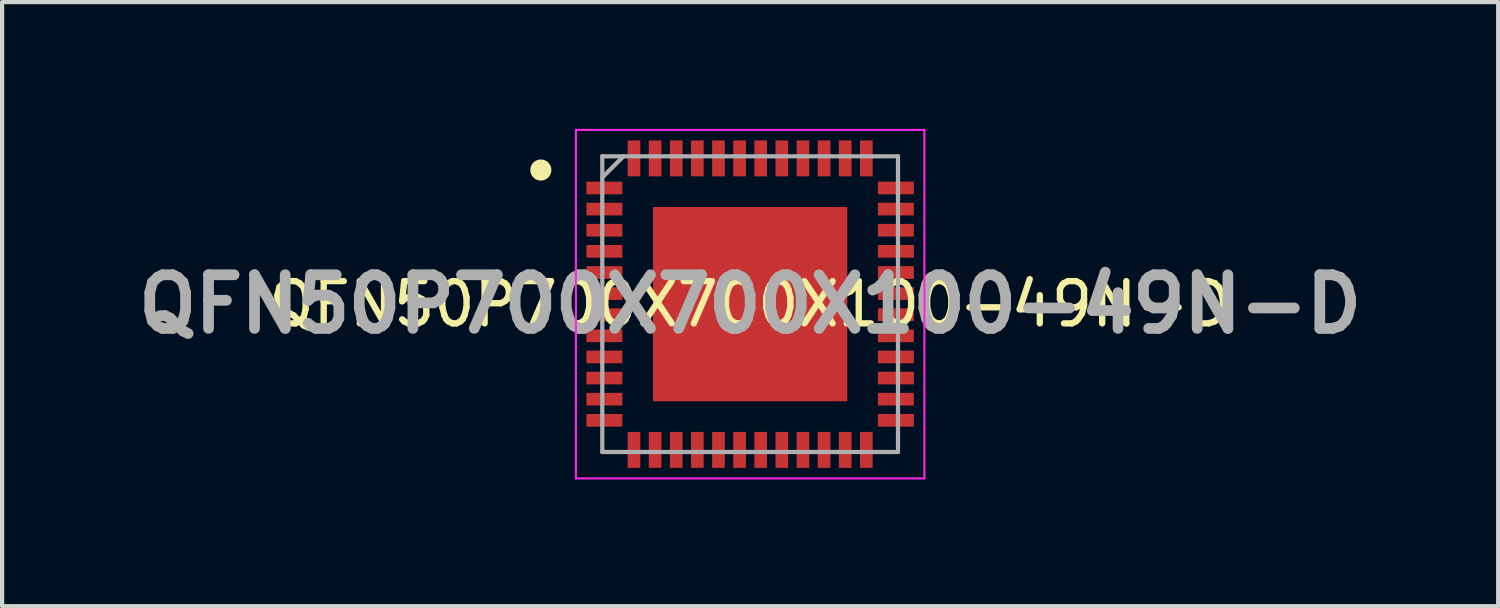
<source format=kicad_pcb>
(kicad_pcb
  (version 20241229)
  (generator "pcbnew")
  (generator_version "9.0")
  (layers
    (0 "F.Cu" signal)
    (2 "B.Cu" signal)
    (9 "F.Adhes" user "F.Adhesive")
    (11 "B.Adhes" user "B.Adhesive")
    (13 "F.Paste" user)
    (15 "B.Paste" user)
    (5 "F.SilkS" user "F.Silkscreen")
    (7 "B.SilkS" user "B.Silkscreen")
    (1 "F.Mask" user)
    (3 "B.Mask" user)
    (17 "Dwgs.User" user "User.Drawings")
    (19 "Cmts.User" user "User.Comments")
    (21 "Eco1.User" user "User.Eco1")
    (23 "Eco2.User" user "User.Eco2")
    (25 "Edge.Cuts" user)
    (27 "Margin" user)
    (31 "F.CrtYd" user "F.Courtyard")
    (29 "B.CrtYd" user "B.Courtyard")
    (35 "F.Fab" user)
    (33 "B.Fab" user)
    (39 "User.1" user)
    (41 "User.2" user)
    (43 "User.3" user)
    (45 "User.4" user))
  (footprint "QFN50P700X700X100-49N-D"
    (layer "F.Cu")
    (at 14.708 4.15)
    (property "Reference" "QFN50P700X700X100-49N-D" (at 0 0 0) (layer "F.SilkS") (effects (font (size 1 1) (thickness 0.15))))
    (attr smd)
    (fp_circle (center -4.955 -3.175) (end -4.955 -3.05) (stroke (width 0.25) (type solid)) (fill no) (layer "F.SilkS"))
    (fp_line (start -4.125 -4.125) (end 4.125 -4.125) (stroke (width 0.05) (type solid)) (layer "F.CrtYd"))
    (fp_line (start -4.125 4.125) (end -4.125 -4.125) (stroke (width 0.05) (type solid)) (layer "F.CrtYd"))
    (fp_line (start 4.125 -4.125) (end 4.125 4.125) (stroke (width 0.05) (type solid)) (layer "F.CrtYd"))
    (fp_line (start 4.125 4.125) (end -4.125 4.125) (stroke (width 0.05) (type solid)) (layer "F.CrtYd"))
    (fp_line (start -3.5 -3.5) (end 3.5 -3.5) (stroke (width 0.1) (type solid)) (layer "F.Fab"))
    (fp_line (start -3.5 -3) (end -3 -3.5) (stroke (width 0.1) (type solid)) (layer "F.Fab"))
    (fp_line (start -3.5 3.5) (end -3.5 -3.5) (stroke (width 0.1) (type solid)) (layer "F.Fab"))
    (fp_line (start 3.5 -3.5) (end 3.5 3.5) (stroke (width 0.1) (type solid)) (layer "F.Fab"))
    (fp_line (start 3.5 3.5) (end -3.5 3.5) (stroke (width 0.1) (type solid)) (layer "F.Fab"))
    (fp_text user "${REFERENCE}" (at 0 0 0) (layer "F.Fab") (effects (font (size 1.27 1.27) (thickness 0.254))))
    (pad "1" smd rect (at -3.45 -2.75 90) (size 0.3 0.85) (layers "F.Cu" "F.Mask" "F.Paste"))
    (pad "2" smd rect (at -3.45 -2.25 90) (size 0.3 0.85) (layers "F.Cu" "F.Mask" "F.Paste"))
    (pad "3" smd rect (at -3.45 -1.75 90) (size 0.3 0.85) (layers "F.Cu" "F.Mask" "F.Paste"))
    (pad "4" smd rect (at -3.45 -1.25 90) (size 0.3 0.85) (layers "F.Cu" "F.Mask" "F.Paste"))
    (pad "5" smd rect (at -3.45 -0.75 90) (size 0.3 0.85) (layers "F.Cu" "F.Mask" "F.Paste"))
    (pad "6" smd rect (at -3.45 -0.25 90) (size 0.3 0.85) (layers "F.Cu" "F.Mask" "F.Paste"))
    (pad "7" smd rect (at -3.45 0.25 90) (size 0.3 0.85) (layers "F.Cu" "F.Mask" "F.Paste"))
    (pad "8" smd rect (at -3.45 0.75 90) (size 0.3 0.85) (layers "F.Cu" "F.Mask" "F.Paste"))
    (pad "9" smd rect (at -3.45 1.25 90) (size 0.3 0.85) (layers "F.Cu" "F.Mask" "F.Paste"))
    (pad "10" smd rect (at -3.45 1.75 90) (size 0.3 0.85) (layers "F.Cu" "F.Mask" "F.Paste"))
    (pad "11" smd rect (at -3.45 2.25 90) (size 0.3 0.85) (layers "F.Cu" "F.Mask" "F.Paste"))
    (pad "12" smd rect (at -3.45 2.75 90) (size 0.3 0.85) (layers "F.Cu" "F.Mask" "F.Paste"))
    (pad "13" smd rect (at -2.75 3.45) (size 0.3 0.85) (layers "F.Cu" "F.Mask" "F.Paste"))
    (pad "14" smd rect (at -2.25 3.45) (size 0.3 0.85) (layers "F.Cu" "F.Mask" "F.Paste"))
    (pad "15" smd rect (at -1.75 3.45) (size 0.3 0.85) (layers "F.Cu" "F.Mask" "F.Paste"))
    (pad "16" smd rect (at -1.25 3.45) (size 0.3 0.85) (layers "F.Cu" "F.Mask" "F.Paste"))
    (pad "17" smd rect (at -0.75 3.45) (size 0.3 0.85) (layers "F.Cu" "F.Mask" "F.Paste"))
    (pad "18" smd rect (at -0.25 3.45) (size 0.3 0.85) (layers "F.Cu" "F.Mask" "F.Paste"))
    (pad "19" smd rect (at 0.25 3.45) (size 0.3 0.85) (layers "F.Cu" "F.Mask" "F.Paste"))
    (pad "20" smd rect (at 0.75 3.45) (size 0.3 0.85) (layers "F.Cu" "F.Mask" "F.Paste"))
    (pad "21" smd rect (at 1.25 3.45) (size 0.3 0.85) (layers "F.Cu" "F.Mask" "F.Paste"))
    (pad "22" smd rect (at 1.75 3.45) (size 0.3 0.85) (layers "F.Cu" "F.Mask" "F.Paste"))
    (pad "23" smd rect (at 2.25 3.45) (size 0.3 0.85) (layers "F.Cu" "F.Mask" "F.Paste"))
    (pad "24" smd rect (at 2.75 3.45) (size 0.3 0.85) (layers "F.Cu" "F.Mask" "F.Paste"))
    (pad "25" smd rect (at 3.45 2.75 90) (size 0.3 0.85) (layers "F.Cu" "F.Mask" "F.Paste"))
    (pad "26" smd rect (at 3.45 2.25 90) (size 0.3 0.85) (layers "F.Cu" "F.Mask" "F.Paste"))
    (pad "27" smd rect (at 3.45 1.75 90) (size 0.3 0.85) (layers "F.Cu" "F.Mask" "F.Paste"))
    (pad "28" smd rect (at 3.45 1.25 90) (size 0.3 0.85) (layers "F.Cu" "F.Mask" "F.Paste"))
    (pad "29" smd rect (at 3.45 0.75 90) (size 0.3 0.85) (layers "F.Cu" "F.Mask" "F.Paste"))
    (pad "30" smd rect (at 3.45 0.25 90) (size 0.3 0.85) (layers "F.Cu" "F.Mask" "F.Paste"))
    (pad "31" smd rect (at 3.45 -0.25 90) (size 0.3 0.85) (layers "F.Cu" "F.Mask" "F.Paste"))
    (pad "32" smd rect (at 3.45 -0.75 90) (size 0.3 0.85) (layers "F.Cu" "F.Mask" "F.Paste"))
    (pad "33" smd rect (at 3.45 -1.25 90) (size 0.3 0.85) (layers "F.Cu" "F.Mask" "F.Paste"))
    (pad "34" smd rect (at 3.45 -1.75 90) (size 0.3 0.85) (layers "F.Cu" "F.Mask" "F.Paste"))
    (pad "35" smd rect (at 3.45 -2.25 90) (size 0.3 0.85) (layers "F.Cu" "F.Mask" "F.Paste"))
    (pad "36" smd rect (at 3.45 -2.75 90) (size 0.3 0.85) (layers "F.Cu" "F.Mask" "F.Paste"))
    (pad "37" smd rect (at 2.75 -3.45) (size 0.3 0.85) (layers "F.Cu" "F.Mask" "F.Paste"))
    (pad "38" smd rect (at 2.25 -3.45) (size 0.3 0.85) (layers "F.Cu" "F.Mask" "F.Paste"))
    (pad "39" smd rect (at 1.75 -3.45) (size 0.3 0.85) (layers "F.Cu" "F.Mask" "F.Paste"))
    (pad "40" smd rect (at 1.25 -3.45) (size 0.3 0.85) (layers "F.Cu" "F.Mask" "F.Paste"))
    (pad "41" smd rect (at 0.75 -3.45) (size 0.3 0.85) (layers "F.Cu" "F.Mask" "F.Paste"))
    (pad "42" smd rect (at 0.25 -3.45) (size 0.3 0.85) (layers "F.Cu" "F.Mask" "F.Paste"))
    (pad "43" smd rect (at -0.25 -3.45) (size 0.3 0.85) (layers "F.Cu" "F.Mask" "F.Paste"))
    (pad "44" smd rect (at -0.75 -3.45) (size 0.3 0.85) (layers "F.Cu" "F.Mask" "F.Paste"))
    (pad "45" smd rect (at -1.25 -3.45) (size 0.3 0.85) (layers "F.Cu" "F.Mask" "F.Paste"))
    (pad "46" smd rect (at -1.75 -3.45) (size 0.3 0.85) (layers "F.Cu" "F.Mask" "F.Paste"))
    (pad "47" smd rect (at -2.25 -3.45) (size 0.3 0.85) (layers "F.Cu" "F.Mask" "F.Paste"))
    (pad "48" smd rect (at -2.75 -3.45) (size 0.3 0.85) (layers "F.Cu" "F.Mask" "F.Paste"))
    (pad "49" smd rect (at 0 0) (size 4.6 4.6) (layers "F.Cu" "F.Mask" "F.Paste")))
  (gr_rect
    (start -3 -3)
    (end 32.416 11.3)
    (stroke (width 0.1) (type default))
    (fill no)
    (layer "Edge.Cuts")))
</source>
